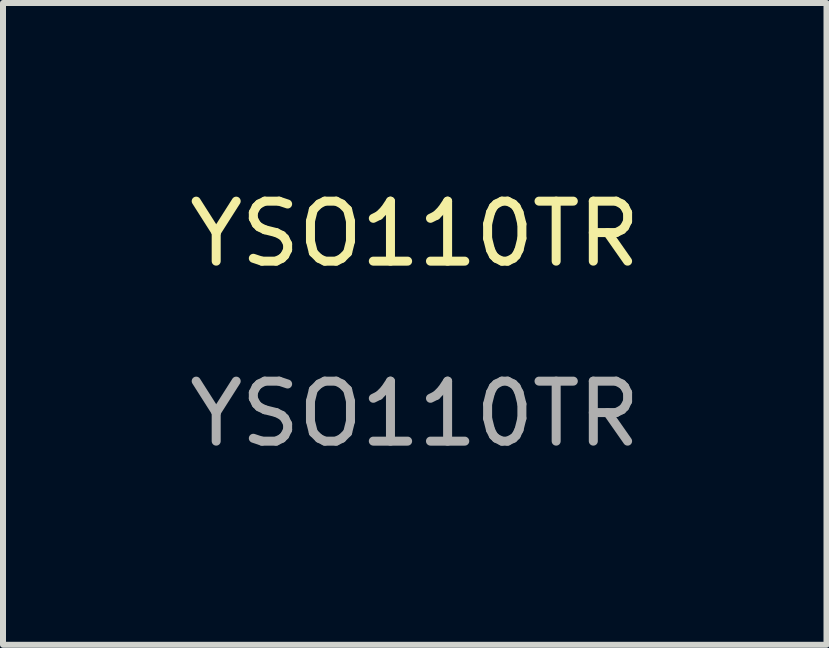
<source format=kicad_pcb>
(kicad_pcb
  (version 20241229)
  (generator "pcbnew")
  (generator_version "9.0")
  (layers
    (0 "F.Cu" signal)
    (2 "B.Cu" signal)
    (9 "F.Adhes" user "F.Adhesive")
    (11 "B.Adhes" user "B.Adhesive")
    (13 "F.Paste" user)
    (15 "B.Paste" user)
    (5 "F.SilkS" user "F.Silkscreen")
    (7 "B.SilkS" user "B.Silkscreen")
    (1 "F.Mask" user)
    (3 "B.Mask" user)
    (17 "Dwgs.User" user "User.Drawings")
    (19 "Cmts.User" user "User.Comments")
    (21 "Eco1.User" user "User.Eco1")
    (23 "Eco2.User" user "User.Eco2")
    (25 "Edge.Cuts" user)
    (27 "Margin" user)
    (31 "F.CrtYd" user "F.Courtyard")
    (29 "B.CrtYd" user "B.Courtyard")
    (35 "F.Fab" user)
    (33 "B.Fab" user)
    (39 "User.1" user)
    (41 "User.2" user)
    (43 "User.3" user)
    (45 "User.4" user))
  (footprint "YSO110TR"
    (layer "F.Cu")
    (at 3.863 1.348)
    (property "Reference" "YSO110TR" (at 0 -0.5 0) (unlocked yes) (layer "F.SilkS") (effects (font (size 1 1) (thickness 0.15))))
    (attr smd)
    (fp_text user "${REFERENCE}" (at 0 2.5 0) (unlocked yes) (layer "F.Fab") (effects (font (size 1 1) (thickness 0.15)))))
  (gr_rect
    (start -3 -3)
    (end 10.726 7.697)
    (stroke (width 0.1) (type default))
    (fill no)
    (layer "Edge.Cuts")))
</source>
